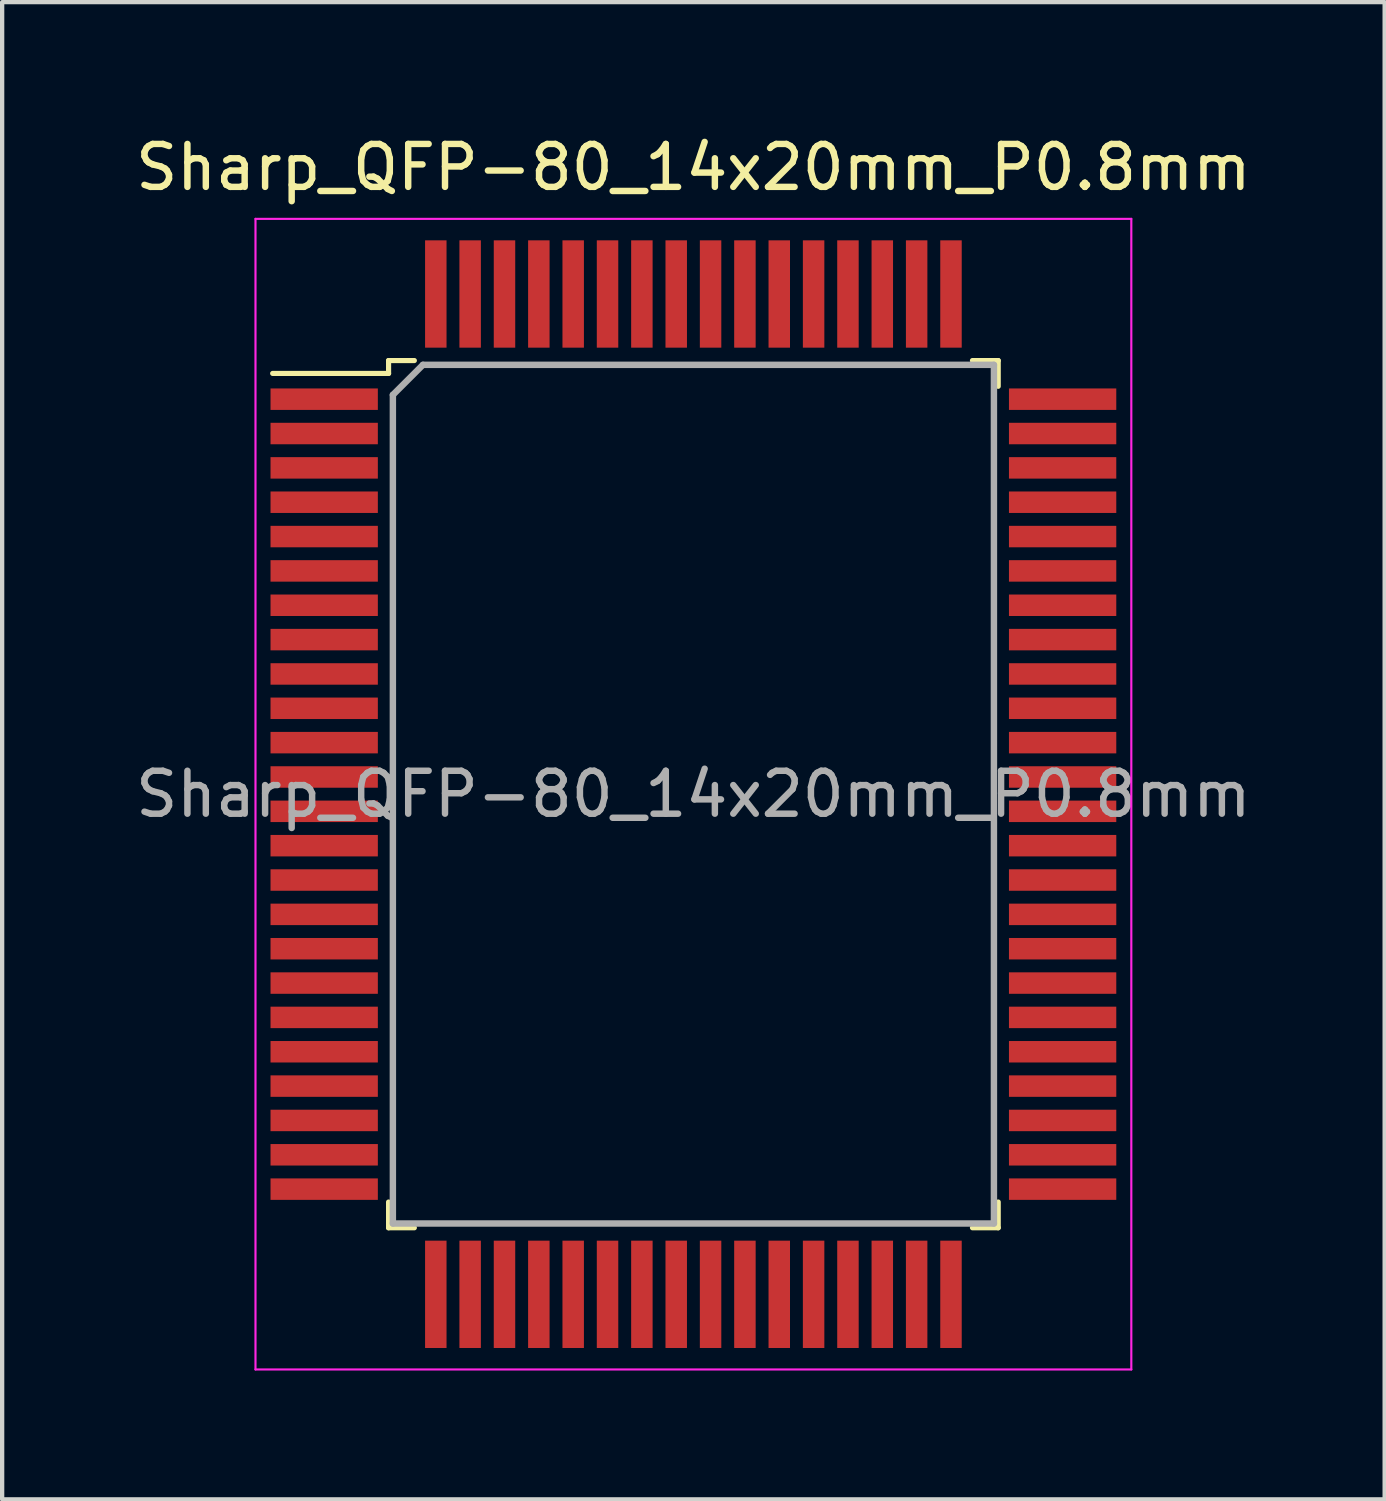
<source format=kicad_pcb>
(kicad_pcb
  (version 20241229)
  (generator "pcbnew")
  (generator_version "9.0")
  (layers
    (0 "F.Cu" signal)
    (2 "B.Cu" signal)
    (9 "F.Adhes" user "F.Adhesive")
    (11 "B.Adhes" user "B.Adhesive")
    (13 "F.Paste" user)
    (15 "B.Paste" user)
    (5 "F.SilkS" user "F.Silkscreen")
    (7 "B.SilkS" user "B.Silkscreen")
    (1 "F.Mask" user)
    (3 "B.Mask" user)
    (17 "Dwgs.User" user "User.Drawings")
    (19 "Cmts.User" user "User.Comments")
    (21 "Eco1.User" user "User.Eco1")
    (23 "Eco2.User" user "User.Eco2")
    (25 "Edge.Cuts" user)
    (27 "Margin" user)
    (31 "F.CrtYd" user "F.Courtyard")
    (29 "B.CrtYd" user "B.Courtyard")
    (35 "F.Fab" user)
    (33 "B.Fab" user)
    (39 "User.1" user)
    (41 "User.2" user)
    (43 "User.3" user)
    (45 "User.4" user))
  (footprint "Sharp_QFP-80_14x20mm_P0.8mm"
    (layer "F.Cu")
    (at 13.101 15.448)
    (property "Reference" "Sharp_QFP-80_14x20mm_P0.8mm" (at 0 -14.6 0) (layer "F.SilkS") (effects (font (size 1 1) (thickness 0.15))))
    (attr smd)
    (fp_line (start -7.1 -10.1) (end -7.1 -9.8) (stroke (width 0.12) (type solid)) (layer "F.SilkS"))
    (fp_line (start -7.1 -9.8) (end -9.8 -9.8) (stroke (width 0.12) (type solid)) (layer "F.SilkS"))
    (fp_line (start -7.1 9.5) (end -7.1 10.1) (stroke (width 0.12) (type solid)) (layer "F.SilkS"))
    (fp_line (start -7.1 10.1) (end -6.5 10.1) (stroke (width 0.12) (type solid)) (layer "F.SilkS"))
    (fp_line (start -6.5 -10.1) (end -7.1 -10.1) (stroke (width 0.12) (type solid)) (layer "F.SilkS"))
    (fp_line (start 6.5 -10.1) (end 7.1 -10.1) (stroke (width 0.12) (type solid)) (layer "F.SilkS"))
    (fp_line (start 7.1 -10.1) (end 7.1 -9.5) (stroke (width 0.12) (type solid)) (layer "F.SilkS"))
    (fp_line (start 7.1 9.5) (end 7.1 10.1) (stroke (width 0.12) (type solid)) (layer "F.SilkS"))
    (fp_line (start 7.1 10.1) (end 6.5 10.1) (stroke (width 0.12) (type solid)) (layer "F.SilkS"))
    (fp_line (start -10.2 -13.4) (end 10.2 -13.4) (stroke (width 0.05) (type solid)) (layer "F.CrtYd"))
    (fp_line (start -10.2 13.4) (end -10.2 -13.4) (stroke (width 0.05) (type solid)) (layer "F.CrtYd"))
    (fp_line (start 10.2 -13.4) (end 10.2 13.4) (stroke (width 0.05) (type solid)) (layer "F.CrtYd"))
    (fp_line (start 10.2 13.4) (end -10.2 13.4) (stroke (width 0.05) (type solid)) (layer "F.CrtYd"))
    (fp_line (start -7 -9.3) (end -7 10) (stroke (width 0.15) (type solid)) (layer "F.Fab"))
    (fp_line (start -7 10) (end 7 10) (stroke (width 0.15) (type solid)) (layer "F.Fab"))
    (fp_line (start -6.3 -10) (end -7 -9.3) (stroke (width 0.15) (type solid)) (layer "F.Fab"))
    (fp_line (start 7 -10) (end -6.3 -10) (stroke (width 0.15) (type solid)) (layer "F.Fab"))
    (fp_line (start 7 10) (end 7 -10) (stroke (width 0.15) (type solid)) (layer "F.Fab"))
    (fp_text user "${REFERENCE}" (at 0 0 0) (layer "F.Fab") (effects (font (size 1 1) (thickness 0.15))))
    (pad "1" smd rect (at -8.6 -9.2) (size 2.5 0.5) (layers "F.Cu" "F.Mask" "F.Paste"))
    (pad "2" smd rect (at -8.6 -8.4) (size 2.5 0.5) (layers "F.Cu" "F.Mask" "F.Paste"))
    (pad "3" smd rect (at -8.6 -7.6) (size 2.5 0.5) (layers "F.Cu" "F.Mask" "F.Paste"))
    (pad "4" smd rect (at -8.6 -6.8) (size 2.5 0.5) (layers "F.Cu" "F.Mask" "F.Paste"))
    (pad "5" smd rect (at -8.6 -6) (size 2.5 0.5) (layers "F.Cu" "F.Mask" "F.Paste"))
    (pad "6" smd rect (at -8.6 -5.2) (size 2.5 0.5) (layers "F.Cu" "F.Mask" "F.Paste"))
    (pad "7" smd rect (at -8.6 -4.4) (size 2.5 0.5) (layers "F.Cu" "F.Mask" "F.Paste"))
    (pad "8" smd rect (at -8.6 -3.6) (size 2.5 0.5) (layers "F.Cu" "F.Mask" "F.Paste"))
    (pad "9" smd rect (at -8.6 -2.8) (size 2.5 0.5) (layers "F.Cu" "F.Mask" "F.Paste"))
    (pad "10" smd rect (at -8.6 -2) (size 2.5 0.5) (layers "F.Cu" "F.Mask" "F.Paste"))
    (pad "11" smd rect (at -8.6 -1.2) (size 2.5 0.5) (layers "F.Cu" "F.Mask" "F.Paste"))
    (pad "12" smd rect (at -8.6 -0.4) (size 2.5 0.5) (layers "F.Cu" "F.Mask" "F.Paste"))
    (pad "13" smd rect (at -8.6 0.4) (size 2.5 0.5) (layers "F.Cu" "F.Mask" "F.Paste"))
    (pad "14" smd rect (at -8.6 1.2) (size 2.5 0.5) (layers "F.Cu" "F.Mask" "F.Paste"))
    (pad "15" smd rect (at -8.6 2) (size 2.5 0.5) (layers "F.Cu" "F.Mask" "F.Paste"))
    (pad "16" smd rect (at -8.6 2.8) (size 2.5 0.5) (layers "F.Cu" "F.Mask" "F.Paste"))
    (pad "17" smd rect (at -8.6 3.6) (size 2.5 0.5) (layers "F.Cu" "F.Mask" "F.Paste"))
    (pad "18" smd rect (at -8.6 4.4) (size 2.5 0.5) (layers "F.Cu" "F.Mask" "F.Paste"))
    (pad "19" smd rect (at -8.6 5.2) (size 2.5 0.5) (layers "F.Cu" "F.Mask" "F.Paste"))
    (pad "20" smd rect (at -8.6 6) (size 2.5 0.5) (layers "F.Cu" "F.Mask" "F.Paste"))
    (pad "21" smd rect (at -8.6 6.8) (size 2.5 0.5) (layers "F.Cu" "F.Mask" "F.Paste"))
    (pad "22" smd rect (at -8.6 7.6) (size 2.5 0.5) (layers "F.Cu" "F.Mask" "F.Paste"))
    (pad "23" smd rect (at -8.6 8.4) (size 2.5 0.5) (layers "F.Cu" "F.Mask" "F.Paste"))
    (pad "24" smd rect (at -8.6 9.2) (size 2.5 0.5) (layers "F.Cu" "F.Mask" "F.Paste"))
    (pad "25" smd rect (at -6 11.65 90) (size 2.5 0.5) (layers "F.Cu" "F.Mask" "F.Paste"))
    (pad "26" smd rect (at -5.2 11.65 90) (size 2.5 0.5) (layers "F.Cu" "F.Mask" "F.Paste"))
    (pad "27" smd rect (at -4.4 11.65 90) (size 2.5 0.5) (layers "F.Cu" "F.Mask" "F.Paste"))
    (pad "28" smd rect (at -3.6 11.65 90) (size 2.5 0.5) (layers "F.Cu" "F.Mask" "F.Paste"))
    (pad "29" smd rect (at -2.8 11.65 90) (size 2.5 0.5) (layers "F.Cu" "F.Mask" "F.Paste"))
    (pad "30" smd rect (at -2 11.65 90) (size 2.5 0.5) (layers "F.Cu" "F.Mask" "F.Paste"))
    (pad "31" smd rect (at -1.2 11.65 90) (size 2.5 0.5) (layers "F.Cu" "F.Mask" "F.Paste"))
    (pad "32" smd rect (at -0.4 11.65 90) (size 2.5 0.5) (layers "F.Cu" "F.Mask" "F.Paste"))
    (pad "33" smd rect (at 0.4 11.65 90) (size 2.5 0.5) (layers "F.Cu" "F.Mask" "F.Paste"))
    (pad "34" smd rect (at 1.2 11.65 90) (size 2.5 0.5) (layers "F.Cu" "F.Mask" "F.Paste"))
    (pad "35" smd rect (at 2 11.65 90) (size 2.5 0.5) (layers "F.Cu" "F.Mask" "F.Paste"))
    (pad "36" smd rect (at 2.8 11.65 90) (size 2.5 0.5) (layers "F.Cu" "F.Mask" "F.Paste"))
    (pad "37" smd rect (at 3.6 11.65 90) (size 2.5 0.5) (layers "F.Cu" "F.Mask" "F.Paste"))
    (pad "38" smd rect (at 4.4 11.65 90) (size 2.5 0.5) (layers "F.Cu" "F.Mask" "F.Paste"))
    (pad "39" smd rect (at 5.2 11.65 90) (size 2.5 0.5) (layers "F.Cu" "F.Mask" "F.Paste"))
    (pad "40" smd rect (at 6 11.65 90) (size 2.5 0.5) (layers "F.Cu" "F.Mask" "F.Paste"))
    (pad "41" smd rect (at 8.6 9.2 180) (size 2.5 0.5) (layers "F.Cu" "F.Mask" "F.Paste"))
    (pad "42" smd rect (at 8.6 8.4 180) (size 2.5 0.5) (layers "F.Cu" "F.Mask" "F.Paste"))
    (pad "43" smd rect (at 8.6 7.6 180) (size 2.5 0.5) (layers "F.Cu" "F.Mask" "F.Paste"))
    (pad "44" smd rect (at 8.6 6.8 180) (size 2.5 0.5) (layers "F.Cu" "F.Mask" "F.Paste"))
    (pad "45" smd rect (at 8.6 6 180) (size 2.5 0.5) (layers "F.Cu" "F.Mask" "F.Paste"))
    (pad "46" smd rect (at 8.6 5.2 180) (size 2.5 0.5) (layers "F.Cu" "F.Mask" "F.Paste"))
    (pad "47" smd rect (at 8.6 4.4 180) (size 2.5 0.5) (layers "F.Cu" "F.Mask" "F.Paste"))
    (pad "48" smd rect (at 8.6 3.6 180) (size 2.5 0.5) (layers "F.Cu" "F.Mask" "F.Paste"))
    (pad "49" smd rect (at 8.6 2.8 180) (size 2.5 0.5) (layers "F.Cu" "F.Mask" "F.Paste"))
    (pad "50" smd rect (at 8.6 2 180) (size 2.5 0.5) (layers "F.Cu" "F.Mask" "F.Paste"))
    (pad "51" smd rect (at 8.6 1.2 180) (size 2.5 0.5) (layers "F.Cu" "F.Mask" "F.Paste"))
    (pad "52" smd rect (at 8.6 0.4 180) (size 2.5 0.5) (layers "F.Cu" "F.Mask" "F.Paste"))
    (pad "53" smd rect (at 8.6 -0.4 180) (size 2.5 0.5) (layers "F.Cu" "F.Mask" "F.Paste"))
    (pad "54" smd rect (at 8.6 -1.2 180) (size 2.5 0.5) (layers "F.Cu" "F.Mask" "F.Paste"))
    (pad "55" smd rect (at 8.6 -2 180) (size 2.5 0.5) (layers "F.Cu" "F.Mask" "F.Paste"))
    (pad "56" smd rect (at 8.6 -2.8 180) (size 2.5 0.5) (layers "F.Cu" "F.Mask" "F.Paste"))
    (pad "57" smd rect (at 8.6 -3.6 180) (size 2.5 0.5) (layers "F.Cu" "F.Mask" "F.Paste"))
    (pad "58" smd rect (at 8.6 -4.4 180) (size 2.5 0.5) (layers "F.Cu" "F.Mask" "F.Paste"))
    (pad "59" smd rect (at 8.6 -5.2 180) (size 2.5 0.5) (layers "F.Cu" "F.Mask" "F.Paste"))
    (pad "60" smd rect (at 8.6 -6 180) (size 2.5 0.5) (layers "F.Cu" "F.Mask" "F.Paste"))
    (pad "61" smd rect (at 8.6 -6.8 180) (size 2.5 0.5) (layers "F.Cu" "F.Mask" "F.Paste"))
    (pad "62" smd rect (at 8.6 -7.6 180) (size 2.5 0.5) (layers "F.Cu" "F.Mask" "F.Paste"))
    (pad "63" smd rect (at 8.6 -8.4 180) (size 2.5 0.5) (layers "F.Cu" "F.Mask" "F.Paste"))
    (pad "64" smd rect (at 8.6 -9.2 180) (size 2.5 0.5) (layers "F.Cu" "F.Mask" "F.Paste"))
    (pad "65" smd rect (at 6 -11.65 270) (size 2.5 0.5) (layers "F.Cu" "F.Mask" "F.Paste"))
    (pad "66" smd rect (at 5.2 -11.65 270) (size 2.5 0.5) (layers "F.Cu" "F.Mask" "F.Paste"))
    (pad "67" smd rect (at 4.4 -11.65 270) (size 2.5 0.5) (layers "F.Cu" "F.Mask" "F.Paste"))
    (pad "68" smd rect (at 3.6 -11.65 270) (size 2.5 0.5) (layers "F.Cu" "F.Mask" "F.Paste"))
    (pad "69" smd rect (at 2.8 -11.65 270) (size 2.5 0.5) (layers "F.Cu" "F.Mask" "F.Paste"))
    (pad "70" smd rect (at 2 -11.65 270) (size 2.5 0.5) (layers "F.Cu" "F.Mask" "F.Paste"))
    (pad "71" smd rect (at 1.2 -11.65 270) (size 2.5 0.5) (layers "F.Cu" "F.Mask" "F.Paste"))
    (pad "72" smd rect (at 0.4 -11.65 270) (size 2.5 0.5) (layers "F.Cu" "F.Mask" "F.Paste"))
    (pad "73" smd rect (at -0.4 -11.65 270) (size 2.5 0.5) (layers "F.Cu" "F.Mask" "F.Paste"))
    (pad "74" smd rect (at -1.2 -11.65 270) (size 2.5 0.5) (layers "F.Cu" "F.Mask" "F.Paste"))
    (pad "75" smd rect (at -2 -11.65 270) (size 2.5 0.5) (layers "F.Cu" "F.Mask" "F.Paste"))
    (pad "76" smd rect (at -2.8 -11.65 270) (size 2.5 0.5) (layers "F.Cu" "F.Mask" "F.Paste"))
    (pad "77" smd rect (at -3.6 -11.65 270) (size 2.5 0.5) (layers "F.Cu" "F.Mask" "F.Paste"))
    (pad "78" smd rect (at -4.4 -11.65 270) (size 2.5 0.5) (layers "F.Cu" "F.Mask" "F.Paste"))
    (pad "79" smd rect (at -5.2 -11.65 270) (size 2.5 0.5) (layers "F.Cu" "F.Mask" "F.Paste"))
    (pad "80" smd rect (at -6 -11.65 270) (size 2.5 0.5) (layers "F.Cu" "F.Mask" "F.Paste")))
  (gr_rect
    (start -3 -3)
    (end 29.202 31.873)
    (stroke (width 0.1) (type default))
    (fill no)
    (layer "Edge.Cuts")))
</source>
